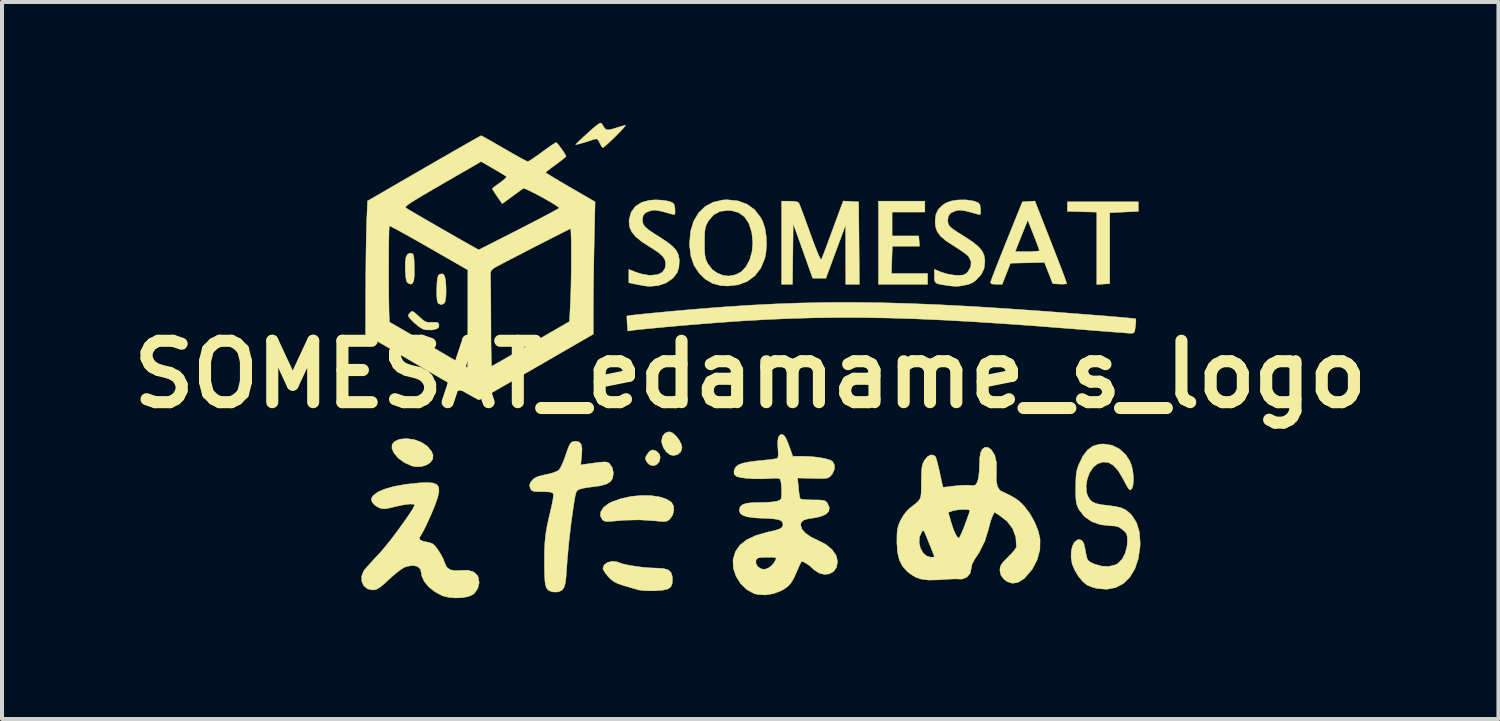
<source format=kicad_pcb>
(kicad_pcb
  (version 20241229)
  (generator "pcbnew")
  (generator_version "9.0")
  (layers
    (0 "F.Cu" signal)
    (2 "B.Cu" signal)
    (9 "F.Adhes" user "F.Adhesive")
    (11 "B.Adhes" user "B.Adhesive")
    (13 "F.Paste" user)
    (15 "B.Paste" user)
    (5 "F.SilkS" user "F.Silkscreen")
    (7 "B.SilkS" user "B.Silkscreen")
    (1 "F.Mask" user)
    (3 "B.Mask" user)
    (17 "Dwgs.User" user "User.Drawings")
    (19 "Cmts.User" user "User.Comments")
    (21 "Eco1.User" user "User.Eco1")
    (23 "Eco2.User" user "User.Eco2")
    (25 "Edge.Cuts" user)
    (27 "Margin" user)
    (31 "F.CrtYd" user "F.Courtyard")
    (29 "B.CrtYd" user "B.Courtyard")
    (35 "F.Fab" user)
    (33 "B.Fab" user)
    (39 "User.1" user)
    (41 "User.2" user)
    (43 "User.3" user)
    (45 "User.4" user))
  (footprint "SOMESAT_edamame_s_logo"
    (layer "F.Cu")
    (at 15.574 6.244)
    (property "Reference" "SOMESAT_edamame_s_logo" (at 0 0 0) (layer "F.SilkS") (effects (font (size 1.524 1.524) (thickness 0.3))))
    (attr through_hole)
    (fp_poly (pts (xy 9.635 -4.047) (xy 8.924 -4.013) (xy 8.924 -2.252) (xy 8.763 -2.242) (xy 8.602 -2.231) (xy 8.602 -4.028) (xy 8.238 -4.037) (xy 7.874 -4.047) (xy 7.874 -4.284) (xy 9.635 -4.284) (xy 9.635 -4.047)) (stroke (width 0.01) (type solid)) (fill yes) (layer "F.SilkS"))
    (fp_poly (pts (xy -2.336 1.9) (xy -2.323 1.908) (xy -2.251 1.986) (xy -2.235 2.064) (xy -2.26 2.172) (xy -2.324 2.242) (xy -2.408 2.269) (xy -2.497 2.245) (xy -2.563 2.18) (xy -2.6 2.11) (xy -2.595 2.052) (xy -2.572 2.006) (xy -2.499 1.908) (xy -2.423 1.873) (xy -2.336 1.9)) (stroke (width 0.01) (type solid)) (fill yes) (layer "F.SilkS"))
    (fp_poly (pts (xy 4.335 -4.03) (xy 3.522 -4.03) (xy 3.522 -3.734) (xy 3.522 -3.437) (xy 4.183 -3.437) (xy 4.204 -3.183) (xy 3.527 -3.183) (xy 3.505 -2.506) (xy 3.954 -2.506) (xy 4.403 -2.506) (xy 4.403 -2.235) (xy 3.183 -2.235) (xy 3.183 -4.301) (xy 4.335 -4.301) (xy 4.335 -4.03)) (stroke (width 0.01) (type solid)) (fill yes) (layer "F.SilkS"))
    (fp_poly (pts (xy -1.932 1.451) (xy -1.847 1.525) (xy -1.768 1.625) (xy -1.712 1.732) (xy -1.693 1.82) (xy -1.723 1.919) (xy -1.798 1.988) (xy -1.9 2.014) (xy -1.985 1.998) (xy -2.079 1.93) (xy -2.155 1.821) (xy -2.197 1.697) (xy -2.201 1.651) (xy -2.176 1.535) (xy -2.109 1.454) (xy -2.012 1.422) (xy -2.01 1.422) (xy -1.932 1.451)) (stroke (width 0.01) (type solid)) (fill yes) (layer "F.SilkS"))
    (fp_poly (pts (xy -7.606 -2.475) (xy -7.58 -2.42) (xy -7.562 -2.317) (xy -7.552 -2.186) (xy -7.55 -2.045) (xy -7.556 -1.915) (xy -7.572 -1.815) (xy -7.593 -1.768) (xy -7.666 -1.729) (xy -7.737 -1.758) (xy -7.753 -1.775) (xy -7.773 -1.838) (xy -7.783 -1.963) (xy -7.782 -2.135) (xy -7.775 -2.292) (xy -7.763 -2.394) (xy -7.743 -2.454) (xy -7.716 -2.484) (xy -7.649 -2.499) (xy -7.606 -2.475)) (stroke (width 0.01) (type solid)) (fill yes) (layer "F.SilkS"))
    (fp_poly (pts (xy -8.346 1.617) (xy -8.167 1.683) (xy -8.019 1.782) (xy -7.914 1.906) (xy -7.874 2.002) (xy -7.88 2.101) (xy -7.94 2.186) (xy -8.04 2.251) (xy -8.166 2.289) (xy -8.306 2.293) (xy -8.399 2.273) (xy -8.586 2.19) (xy -8.741 2.076) (xy -8.85 1.943) (xy -8.895 1.837) (xy -8.89 1.74) (xy -8.826 1.664) (xy -8.713 1.612) (xy -8.556 1.593) (xy -8.541 1.592) (xy -8.346 1.617)) (stroke (width 0.01) (type solid)) (fill yes) (layer "F.SilkS"))
    (fp_poly (pts (xy -8.422 -3.008) (xy -8.388 -2.999) (xy -8.366 -2.974) (xy -8.352 -2.921) (xy -8.344 -2.828) (xy -8.339 -2.681) (xy -8.338 -2.664) (xy -8.338 -2.47) (xy -8.351 -2.338) (xy -8.379 -2.263) (xy -8.425 -2.239) (xy -8.49 -2.262) (xy -8.501 -2.268) (xy -8.529 -2.309) (xy -8.549 -2.396) (xy -8.561 -2.538) (xy -8.563 -2.586) (xy -8.564 -2.776) (xy -8.546 -2.907) (xy -8.509 -2.982) (xy -8.449 -3.009) (xy -8.422 -3.008)) (stroke (width 0.01) (type solid)) (fill yes) (layer "F.SilkS"))
    (fp_poly (pts (xy -8.34 -1.541) (xy -8.269 -1.479) (xy -8.223 -1.437) (xy -8.13 -1.353) (xy -8.062 -1.308) (xy -7.996 -1.291) (xy -7.909 -1.292) (xy -7.899 -1.293) (xy -7.8 -1.295) (xy -7.749 -1.281) (xy -7.728 -1.244) (xy -7.728 -1.241) (xy -7.73 -1.176) (xy -7.775 -1.134) (xy -7.873 -1.107) (xy -7.908 -1.102) (xy -8.072 -1.107) (xy -8.148 -1.135) (xy -8.234 -1.192) (xy -8.334 -1.275) (xy -8.383 -1.322) (xy -8.456 -1.399) (xy -8.487 -1.447) (xy -8.483 -1.482) (xy -8.451 -1.523) (xy -8.416 -1.557) (xy -8.384 -1.566) (xy -8.34 -1.541)) (stroke (width 0.01) (type solid)) (fill yes) (layer "F.SilkS"))
    (fp_poly (pts (xy -2.471 3.008) (xy -2.255 3.039) (xy -2.075 3.098) (xy -1.957 3.173) (xy -1.905 3.261) (xy -1.896 3.377) (xy -1.927 3.495) (xy -1.984 3.579) (xy -2.03 3.621) (xy -2.074 3.645) (xy -2.135 3.653) (xy -2.23 3.649) (xy -2.348 3.637) (xy -2.746 3.611) (xy -3.137 3.62) (xy -3.338 3.638) (xy -3.478 3.65) (xy -3.568 3.652) (xy -3.624 3.64) (xy -3.663 3.614) (xy -3.668 3.609) (xy -3.72 3.517) (xy -3.712 3.415) (xy -3.649 3.312) (xy -3.536 3.218) (xy -3.439 3.166) (xy -3.208 3.084) (xy -2.962 3.03) (xy -2.711 3.005) (xy -2.471 3.008)) (stroke (width 0.01) (type solid)) (fill yes) (layer "F.SilkS"))
    (fp_poly (pts (xy -3.328 4.646) (xy -3.248 4.675) (xy -3.166 4.704) (xy -3.034 4.733) (xy -2.869 4.761) (xy -2.688 4.785) (xy -2.51 4.801) (xy -2.351 4.808) (xy -2.335 4.808) (xy -2.159 4.818) (xy -2.04 4.851) (xy -1.969 4.912) (xy -1.936 5.009) (xy -1.93 5.093) (xy -1.94 5.203) (xy -1.975 5.279) (xy -2.047 5.328) (xy -2.164 5.356) (xy -2.337 5.37) (xy -2.361 5.371) (xy -2.513 5.373) (xy -2.653 5.366) (xy -2.757 5.353) (xy -2.777 5.349) (xy -2.87 5.322) (xy -3 5.284) (xy -3.139 5.244) (xy -3.141 5.243) (xy -3.287 5.195) (xy -3.391 5.142) (xy -3.48 5.069) (xy -3.522 5.025) (xy -3.596 4.935) (xy -3.645 4.855) (xy -3.658 4.815) (xy -3.628 4.732) (xy -3.551 4.672) (xy -3.445 4.642) (xy -3.328 4.646)) (stroke (width 0.01) (type solid)) (fill yes) (layer "F.SilkS"))
    (fp_poly (pts (xy -3.69 -6.23) (xy -3.63 -6.131) (xy -3.58 -6.08) (xy -3.517 -6.07) (xy -3.421 -6.091) (xy -3.365 -6.108) (xy -3.247 -6.144) (xy -3.147 -6.173) (xy -3.099 -6.187) (xy -3.102 -6.171) (xy -3.144 -6.119) (xy -3.215 -6.042) (xy -3.305 -5.95) (xy -3.402 -5.854) (xy -3.498 -5.763) (xy -3.58 -5.688) (xy -3.639 -5.64) (xy -3.658 -5.629) (xy -3.686 -5.65) (xy -3.721 -5.714) (xy -3.725 -5.723) (xy -3.769 -5.812) (xy -3.814 -5.846) (xy -3.879 -5.837) (xy -3.903 -5.828) (xy -3.993 -5.797) (xy -4.1 -5.763) (xy -4.205 -5.733) (xy -4.289 -5.711) (xy -4.332 -5.704) (xy -4.335 -5.705) (xy -4.311 -5.731) (xy -4.247 -5.793) (xy -4.152 -5.882) (xy -4.035 -5.99) (xy -4.027 -5.997) (xy -3.892 -6.118) (xy -3.797 -6.195) (xy -3.736 -6.234) (xy -3.701 -6.239) (xy -3.69 -6.23)) (stroke (width 0.01) (type solid)) (fill yes) (layer "F.SilkS"))
    (fp_poly (pts (xy 2.501 -4.294) (xy 2.692 -4.284) (xy 2.701 -3.26) (xy 2.71 -2.235) (xy 2.371 -2.235) (xy 2.369 -2.972) (xy 2.368 -3.708) (xy 2.123 -3.048) (xy 1.879 -2.388) (xy 1.55 -2.388) (xy 1.309 -3.065) (xy 1.067 -3.742) (xy 1.049 -2.235) (xy 0.779 -2.235) (xy 0.779 -4.301) (xy 0.981 -4.301) (xy 1.103 -4.296) (xy 1.175 -4.279) (xy 1.212 -4.246) (xy 1.214 -4.242) (xy 1.234 -4.193) (xy 1.273 -4.091) (xy 1.328 -3.946) (xy 1.393 -3.768) (xy 1.466 -3.567) (xy 1.492 -3.494) (xy 1.578 -3.258) (xy 1.651 -3.072) (xy 1.707 -2.94) (xy 1.745 -2.866) (xy 1.765 -2.852) (xy 1.785 -2.899) (xy 1.823 -2.997) (xy 1.876 -3.135) (xy 1.937 -3.3) (xy 1.976 -3.405) (xy 2.046 -3.597) (xy 2.115 -3.783) (xy 2.175 -3.946) (xy 2.221 -4.071) (xy 2.235 -4.108) (xy 2.309 -4.304) (xy 2.501 -4.294)) (stroke (width 0.01) (type solid)) (fill yes) (layer "F.SilkS"))
    (fp_poly (pts (xy 7.463 -3.295) (xy 7.559 -3.049) (xy 7.647 -2.822) (xy 7.723 -2.624) (xy 7.785 -2.461) (xy 7.829 -2.341) (xy 7.854 -2.272) (xy 7.858 -2.259) (xy 7.827 -2.245) (xy 7.749 -2.24) (xy 7.683 -2.242) (xy 7.509 -2.252) (xy 7.407 -2.516) (xy 7.304 -2.779) (xy 6.46 -2.76) (xy 6.357 -2.498) (xy 6.255 -2.235) (xy 6.108 -2.235) (xy 6.005 -2.244) (xy 5.963 -2.271) (xy 5.962 -2.278) (xy 5.975 -2.318) (xy 6.01 -2.414) (xy 6.064 -2.556) (xy 6.135 -2.738) (xy 6.219 -2.95) (xy 6.258 -3.048) (xy 6.577 -3.048) (xy 6.878 -3.048) (xy 7.011 -3.051) (xy 7.114 -3.058) (xy 7.172 -3.068) (xy 7.179 -3.073) (xy 7.167 -3.113) (xy 7.134 -3.202) (xy 7.087 -3.328) (xy 7.033 -3.465) (xy 6.889 -3.831) (xy 6.733 -3.44) (xy 6.577 -3.048) (xy 6.258 -3.048) (xy 6.313 -3.186) (xy 6.36 -3.302) (xy 6.756 -4.284) (xy 6.912 -4.294) (xy 7.067 -4.304) (xy 7.463 -3.295)) (stroke (width 0.01) (type solid)) (fill yes) (layer "F.SilkS"))
    (fp_poly (pts (xy -0.307 -4.308) (xy -0.079 -4.225) (xy 0.109 -4.088) (xy 0.259 -3.894) (xy 0.306 -3.808) (xy 0.363 -3.637) (xy 0.397 -3.428) (xy 0.405 -3.204) (xy 0.386 -2.99) (xy 0.36 -2.873) (xy 0.26 -2.636) (xy 0.114 -2.447) (xy -0.074 -2.308) (xy -0.299 -2.223) (xy -0.557 -2.194) (xy -0.735 -2.205) (xy -0.939 -2.259) (xy -1.121 -2.368) (xy -1.268 -2.513) (xy -1.394 -2.703) (xy -1.472 -2.927) (xy -1.505 -3.192) (xy -1.506 -3.268) (xy -1.135 -3.268) (xy -1.133 -3.098) (xy -1.127 -2.978) (xy -1.112 -2.89) (xy -1.087 -2.817) (xy -1.05 -2.743) (xy -0.942 -2.602) (xy -0.814 -2.515) (xy -0.668 -2.456) (xy -0.534 -2.442) (xy -0.379 -2.47) (xy -0.371 -2.472) (xy -0.224 -2.546) (xy -0.104 -2.674) (xy -0.013 -2.845) (xy 0.044 -3.048) (xy 0.063 -3.273) (xy 0.04 -3.509) (xy 0.036 -3.529) (xy -0.034 -3.748) (xy -0.141 -3.91) (xy -0.287 -4.017) (xy -0.47 -4.067) (xy -0.561 -4.071) (xy -0.752 -4.045) (xy -0.904 -3.965) (xy -1.026 -3.827) (xy -1.051 -3.786) (xy -1.089 -3.714) (xy -1.113 -3.643) (xy -1.127 -3.556) (xy -1.133 -3.436) (xy -1.135 -3.268) (xy -1.506 -3.268) (xy -1.48 -3.555) (xy -1.405 -3.803) (xy -1.283 -4.009) (xy -1.119 -4.168) (xy -0.916 -4.276) (xy -0.679 -4.33) (xy -0.573 -4.335) (xy -0.307 -4.308)) (stroke (width 0.01) (type solid)) (fill yes) (layer "F.SilkS"))
    (fp_poly (pts (xy -2.208 -4.326) (xy -2.078 -4.309) (xy -1.998 -4.291) (xy -1.923 -4.258) (xy -1.886 -4.214) (xy -1.871 -4.132) (xy -1.869 -4.102) (xy -1.865 -4.011) (xy -1.876 -3.972) (xy -1.911 -3.969) (xy -1.937 -3.976) (xy -2.117 -4.026) (xy -2.246 -4.058) (xy -2.337 -4.074) (xy -2.404 -4.076) (xy -2.461 -4.067) (xy -2.475 -4.063) (xy -2.593 -4.016) (xy -2.656 -3.95) (xy -2.675 -3.854) (xy -2.675 -3.846) (xy -2.67 -3.776) (xy -2.649 -3.715) (xy -2.602 -3.656) (xy -2.522 -3.588) (xy -2.399 -3.504) (xy -2.253 -3.411) (xy -2.062 -3.285) (xy -1.925 -3.176) (xy -1.835 -3.074) (xy -1.783 -2.97) (xy -1.762 -2.855) (xy -1.761 -2.808) (xy -1.772 -2.649) (xy -1.812 -2.529) (xy -1.893 -2.42) (xy -1.932 -2.379) (xy -2.085 -2.273) (xy -2.276 -2.206) (xy -2.485 -2.185) (xy -2.574 -2.191) (xy -2.656 -2.204) (xy -2.772 -2.225) (xy -2.836 -2.238) (xy -3.014 -2.274) (xy -3.014 -2.607) (xy -2.836 -2.536) (xy -2.691 -2.492) (xy -2.53 -2.464) (xy -2.467 -2.46) (xy -2.297 -2.477) (xy -2.18 -2.537) (xy -2.114 -2.64) (xy -2.1 -2.743) (xy -2.114 -2.835) (xy -2.164 -2.921) (xy -2.257 -3.009) (xy -2.401 -3.109) (xy -2.472 -3.152) (xy -2.686 -3.29) (xy -2.84 -3.415) (xy -2.942 -3.537) (xy -2.996 -3.661) (xy -3.009 -3.796) (xy -3.006 -3.846) (xy -2.955 -4.027) (xy -2.852 -4.169) (xy -2.699 -4.269) (xy -2.501 -4.323) (xy -2.347 -4.333) (xy -2.208 -4.326)) (stroke (width 0.01) (type solid)) (fill yes) (layer "F.SilkS"))
    (fp_poly (pts (xy 3.242 -1.779) (xy 3.943 -1.76) (xy 4.679 -1.73) (xy 5.46 -1.69) (xy 6.292 -1.638) (xy 6.977 -1.59) (xy 7.357 -1.563) (xy 7.727 -1.535) (xy 8.079 -1.508) (xy 8.409 -1.482) (xy 8.709 -1.459) (xy 8.974 -1.437) (xy 9.197 -1.418) (xy 9.374 -1.402) (xy 9.498 -1.389) (xy 9.563 -1.381) (xy 9.571 -1.379) (xy 9.574 -1.342) (xy 9.569 -1.259) (xy 9.562 -1.192) (xy 9.547 -1.089) (xy 9.528 -1.038) (xy 9.49 -1.021) (xy 9.436 -1.021) (xy 9.38 -1.024) (xy 9.264 -1.033) (xy 9.096 -1.046) (xy 8.884 -1.062) (xy 8.636 -1.081) (xy 8.36 -1.103) (xy 8.063 -1.127) (xy 7.953 -1.135) (xy 7.077 -1.203) (xy 6.262 -1.261) (xy 5.499 -1.31) (xy 4.781 -1.349) (xy 4.103 -1.379) (xy 3.455 -1.399) (xy 2.832 -1.41) (xy 2.225 -1.412) (xy 1.628 -1.405) (xy 1.034 -1.389) (xy 0.436 -1.363) (xy -0.174 -1.329) (xy -0.803 -1.285) (xy -1.457 -1.233) (xy -1.829 -1.201) (xy -2.081 -1.178) (xy -2.317 -1.156) (xy -2.528 -1.136) (xy -2.702 -1.119) (xy -2.83 -1.105) (xy -2.901 -1.097) (xy -2.901 -1.097) (xy -3.041 -1.077) (xy -3.055 -1.258) (xy -3.061 -1.361) (xy -3.063 -1.432) (xy -3.061 -1.451) (xy -3.026 -1.458) (xy -2.931 -1.47) (xy -2.786 -1.486) (xy -2.599 -1.505) (xy -2.379 -1.527) (xy -2.134 -1.55) (xy -1.873 -1.574) (xy -1.604 -1.598) (xy -1.336 -1.621) (xy -1.077 -1.642) (xy -0.836 -1.661) (xy -0.677 -1.673) (xy -0.017 -1.717) (xy 0.63 -1.75) (xy 1.271 -1.773) (xy 1.915 -1.786) (xy 2.569 -1.788) (xy 3.242 -1.779)) (stroke (width 0.01) (type solid)) (fill yes) (layer "F.SilkS"))
    (fp_poly (pts (xy 5.517 -4.31) (xy 5.588 -4.291) (xy 5.663 -4.258) (xy 5.7 -4.214) (xy 5.715 -4.132) (xy 5.717 -4.102) (xy 5.721 -4.011) (xy 5.71 -3.972) (xy 5.675 -3.969) (xy 5.649 -3.976) (xy 5.471 -4.025) (xy 5.343 -4.057) (xy 5.252 -4.073) (xy 5.184 -4.076) (xy 5.125 -4.067) (xy 5.102 -4.061) (xy 4.981 -4.008) (xy 4.918 -3.928) (xy 4.903 -3.823) (xy 4.909 -3.762) (xy 4.927 -3.71) (xy 4.967 -3.66) (xy 5.038 -3.602) (xy 5.148 -3.527) (xy 5.308 -3.428) (xy 5.32 -3.421) (xy 5.516 -3.292) (xy 5.657 -3.179) (xy 5.751 -3.072) (xy 5.804 -2.962) (xy 5.824 -2.839) (xy 5.825 -2.801) (xy 5.805 -2.628) (xy 5.737 -2.484) (xy 5.613 -2.348) (xy 5.607 -2.343) (xy 5.537 -2.289) (xy 5.462 -2.25) (xy 5.362 -2.222) (xy 5.221 -2.196) (xy 5.165 -2.188) (xy 5.093 -2.186) (xy 4.985 -2.195) (xy 4.919 -2.203) (xy 4.764 -2.226) (xy 4.664 -2.247) (xy 4.606 -2.275) (xy 4.58 -2.318) (xy 4.572 -2.383) (xy 4.572 -2.439) (xy 4.572 -2.607) (xy 4.75 -2.536) (xy 4.903 -2.49) (xy 5.071 -2.463) (xy 5.125 -2.46) (xy 5.242 -2.461) (xy 5.315 -2.476) (xy 5.369 -2.512) (xy 5.405 -2.55) (xy 5.475 -2.675) (xy 5.482 -2.802) (xy 5.425 -2.92) (xy 5.393 -2.954) (xy 5.321 -3.012) (xy 5.21 -3.089) (xy 5.081 -3.173) (xy 5.037 -3.2) (xy 4.852 -3.322) (xy 4.722 -3.434) (xy 4.641 -3.547) (xy 4.599 -3.671) (xy 4.589 -3.796) (xy 4.608 -3.968) (xy 4.67 -4.101) (xy 4.786 -4.21) (xy 4.863 -4.258) (xy 4.993 -4.306) (xy 5.161 -4.331) (xy 5.345 -4.333) (xy 5.517 -4.31)) (stroke (width 0.01) (type solid)) (fill yes) (layer "F.SilkS"))
    (fp_poly (pts (xy -4.248 1.677) (xy -4.197 1.736) (xy -4.176 1.842) (xy -4.183 2.004) (xy -4.185 2.022) (xy -4.208 2.245) (xy -4.043 2.222) (xy -3.853 2.196) (xy -3.718 2.179) (xy -3.627 2.173) (xy -3.568 2.176) (xy -3.528 2.189) (xy -3.497 2.211) (xy -3.488 2.219) (xy -3.423 2.318) (xy -3.397 2.447) (xy -3.416 2.577) (xy -3.418 2.584) (xy -3.474 2.666) (xy -3.578 2.726) (xy -3.735 2.768) (xy -3.9 2.79) (xy -4.034 2.807) (xy -4.155 2.829) (xy -4.226 2.847) (xy -4.271 2.866) (xy -4.303 2.894) (xy -4.327 2.943) (xy -4.347 3.027) (xy -4.37 3.16) (xy -4.382 3.236) (xy -4.447 3.694) (xy -4.501 4.16) (xy -4.542 4.606) (xy -4.558 4.837) (xy -4.573 5.041) (xy -4.592 5.187) (xy -4.622 5.287) (xy -4.664 5.349) (xy -4.725 5.385) (xy -4.792 5.403) (xy -4.895 5.401) (xy -4.977 5.377) (xy -5.023 5.346) (xy -5.057 5.303) (xy -5.08 5.237) (xy -5.096 5.139) (xy -5.105 4.998) (xy -5.109 4.805) (xy -5.11 4.674) (xy -5.109 4.4) (xy -5.098 4.169) (xy -5.076 3.958) (xy -5.039 3.742) (xy -4.984 3.496) (xy -4.956 3.382) (xy -4.922 3.23) (xy -4.897 3.099) (xy -4.886 3.005) (xy -4.888 2.967) (xy -4.913 2.938) (xy -4.969 2.921) (xy -5.071 2.914) (xy -5.164 2.913) (xy -5.296 2.911) (xy -5.376 2.903) (xy -5.421 2.884) (xy -5.448 2.849) (xy -5.459 2.827) (xy -5.48 2.755) (xy -5.458 2.691) (xy -5.431 2.651) (xy -5.384 2.598) (xy -5.326 2.558) (xy -5.242 2.526) (xy -5.115 2.495) (xy -5.009 2.473) (xy -4.89 2.441) (xy -4.79 2.398) (xy -4.749 2.371) (xy -4.707 2.309) (xy -4.656 2.202) (xy -4.604 2.07) (xy -4.589 2.025) (xy -4.535 1.866) (xy -4.492 1.761) (xy -4.452 1.699) (xy -4.407 1.669) (xy -4.35 1.66) (xy -4.332 1.659) (xy -4.248 1.677)) (stroke (width 0.01) (type solid)) (fill yes) (layer "F.SilkS"))
    (fp_poly (pts (xy -7.875 2.696) (xy -7.782 2.734) (xy -7.733 2.803) (xy -7.727 2.909) (xy -7.76 3.059) (xy -7.83 3.257) (xy -7.907 3.442) (xy -7.98 3.609) (xy -8.051 3.761) (xy -8.112 3.883) (xy -8.156 3.961) (xy -8.162 3.97) (xy -8.209 4.051) (xy -8.202 4.103) (xy -8.135 4.137) (xy -8.068 4.152) (xy -7.969 4.174) (xy -7.893 4.2) (xy -7.886 4.203) (xy -7.826 4.256) (xy -7.753 4.352) (xy -7.679 4.469) (xy -7.618 4.588) (xy -7.586 4.674) (xy -7.535 4.785) (xy -7.448 4.85) (xy -7.319 4.872) (xy -7.203 4.865) (xy -7.013 4.861) (xy -6.873 4.899) (xy -6.78 4.981) (xy -6.753 5.032) (xy -6.729 5.171) (xy -6.763 5.312) (xy -6.847 5.433) (xy -6.886 5.466) (xy -6.992 5.514) (xy -7.141 5.542) (xy -7.312 5.55) (xy -7.482 5.536) (xy -7.629 5.5) (xy -7.648 5.493) (xy -7.828 5.397) (xy -7.979 5.277) (xy -8.091 5.143) (xy -8.153 5.007) (xy -8.162 4.938) (xy -8.189 4.832) (xy -8.263 4.765) (xy -8.377 4.743) (xy -8.521 4.766) (xy -8.584 4.79) (xy -8.657 4.833) (xy -8.762 4.911) (xy -8.883 5.012) (xy -8.974 5.094) (xy -9.099 5.209) (xy -9.189 5.283) (xy -9.257 5.326) (xy -9.316 5.346) (xy -9.38 5.351) (xy -9.38 5.351) (xy -9.504 5.323) (xy -9.594 5.247) (xy -9.643 5.14) (xy -9.647 5.015) (xy -9.6 4.888) (xy -9.578 4.856) (xy -9.525 4.793) (xy -9.438 4.695) (xy -9.329 4.576) (xy -9.213 4.453) (xy -9.125 4.354) (xy -9.018 4.224) (xy -8.898 4.072) (xy -8.774 3.908) (xy -8.653 3.742) (xy -8.541 3.585) (xy -8.447 3.446) (xy -8.376 3.335) (xy -8.337 3.261) (xy -8.331 3.241) (xy -8.362 3.221) (xy -8.447 3.219) (xy -8.574 3.233) (xy -8.734 3.264) (xy -8.83 3.287) (xy -8.969 3.32) (xy -9.063 3.336) (xy -9.131 3.335) (xy -9.193 3.318) (xy -9.226 3.305) (xy -9.316 3.25) (xy -9.381 3.179) (xy -9.386 3.168) (xy -9.407 3.095) (xy -9.381 3.034) (xy -9.361 3.009) (xy -9.247 2.922) (xy -9.071 2.845) (xy -8.839 2.78) (xy -8.558 2.729) (xy -8.232 2.694) (xy -8.204 2.692) (xy -8.015 2.684) (xy -7.875 2.696)) (stroke (width 0.01) (type solid)) (fill yes) (layer "F.SilkS"))
    (fp_poly (pts (xy 8.982 1.759) (xy 9.17 1.853) (xy 9.328 2.003) (xy 9.423 2.151) (xy 9.467 2.262) (xy 9.496 2.393) (xy 9.511 2.529) (xy 9.512 2.658) (xy 9.5 2.766) (xy 9.474 2.84) (xy 9.435 2.867) (xy 9.41 2.859) (xy 9.381 2.821) (xy 9.332 2.739) (xy 9.273 2.628) (xy 9.259 2.601) (xy 9.141 2.399) (xy 9.02 2.262) (xy 8.894 2.188) (xy 8.759 2.176) (xy 8.624 2.218) (xy 8.515 2.304) (xy 8.427 2.437) (xy 8.366 2.598) (xy 8.338 2.768) (xy 8.349 2.929) (xy 8.378 3.018) (xy 8.428 3.104) (xy 8.493 3.164) (xy 8.585 3.205) (xy 8.72 3.234) (xy 8.878 3.253) (xy 9.071 3.279) (xy 9.214 3.314) (xy 9.324 3.366) (xy 9.419 3.443) (xy 9.477 3.504) (xy 9.591 3.685) (xy 9.66 3.912) (xy 9.68 4.18) (xy 9.676 4.284) (xy 9.631 4.582) (xy 9.545 4.835) (xy 9.42 5.04) (xy 9.261 5.194) (xy 9.07 5.293) (xy 8.851 5.334) (xy 8.607 5.315) (xy 8.486 5.281) (xy 8.373 5.234) (xy 8.353 5.224) (xy 8.252 5.14) (xy 8.148 5.012) (xy 8.057 4.863) (xy 7.995 4.716) (xy 7.989 4.696) (xy 7.964 4.537) (xy 7.969 4.384) (xy 8.002 4.251) (xy 8.058 4.153) (xy 8.133 4.102) (xy 8.163 4.098) (xy 8.232 4.12) (xy 8.28 4.193) (xy 8.311 4.318) (xy 8.336 4.464) (xy 8.359 4.559) (xy 8.389 4.618) (xy 8.435 4.657) (xy 8.507 4.692) (xy 8.543 4.708) (xy 8.725 4.76) (xy 8.907 4.766) (xy 9.068 4.725) (xy 9.125 4.695) (xy 9.231 4.589) (xy 9.31 4.436) (xy 9.355 4.254) (xy 9.362 4.153) (xy 9.36 4.038) (xy 9.345 3.966) (xy 9.306 3.91) (xy 9.247 3.857) (xy 9.155 3.793) (xy 9.06 3.765) (xy 8.957 3.759) (xy 8.698 3.732) (xy 8.475 3.654) (xy 8.294 3.527) (xy 8.159 3.353) (xy 8.152 3.34) (xy 8.119 3.269) (xy 8.097 3.195) (xy 8.085 3.102) (xy 8.079 2.971) (xy 8.079 2.811) (xy 8.082 2.626) (xy 8.091 2.49) (xy 8.108 2.383) (xy 8.137 2.288) (xy 8.158 2.235) (xy 8.261 2.024) (xy 8.375 1.875) (xy 8.507 1.78) (xy 8.664 1.734) (xy 8.771 1.727) (xy 8.982 1.759)) (stroke (width 0.01) (type solid)) (fill yes) (layer "F.SilkS"))
    (fp_poly (pts (xy 5.901 1.811) (xy 5.979 1.866) (xy 5.984 1.871) (xy 6.069 2.003) (xy 6.112 2.186) (xy 6.113 2.416) (xy 6.113 2.421) (xy 6.108 2.63) (xy 6.136 2.781) (xy 6.195 2.875) (xy 6.233 2.899) (xy 6.414 2.985) (xy 6.548 3.058) (xy 6.651 3.127) (xy 6.737 3.202) (xy 6.797 3.265) (xy 6.941 3.454) (xy 7.062 3.671) (xy 7.151 3.893) (xy 7.195 4.09) (xy 7.191 4.35) (xy 7.123 4.604) (xy 6.998 4.841) (xy 6.819 5.049) (xy 6.791 5.075) (xy 6.651 5.162) (xy 6.511 5.186) (xy 6.377 5.145) (xy 6.297 5.083) (xy 6.223 4.985) (xy 6.198 4.876) (xy 6.198 4.857) (xy 6.204 4.787) (xy 6.229 4.725) (xy 6.283 4.654) (xy 6.377 4.559) (xy 6.401 4.535) (xy 6.495 4.438) (xy 6.568 4.351) (xy 6.605 4.289) (xy 6.608 4.278) (xy 6.592 4.04) (xy 6.516 3.831) (xy 6.378 3.648) (xy 6.177 3.492) (xy 6.165 3.484) (xy 6.063 3.422) (xy 6.012 3.522) (xy 5.979 3.605) (xy 5.942 3.729) (xy 5.909 3.866) (xy 5.908 3.867) (xy 5.822 4.143) (xy 5.684 4.42) (xy 5.567 4.595) (xy 5.506 4.713) (xy 5.486 4.818) (xy 5.457 4.942) (xy 5.378 5.034) (xy 5.264 5.08) (xy 5.208 5.083) (xy 5.154 5.079) (xy 5.109 5.077) (xy 5.056 5.078) (xy 4.983 5.081) (xy 4.874 5.087) (xy 4.716 5.097) (xy 4.664 5.101) (xy 4.433 5.106) (xy 4.249 5.084) (xy 4.096 5.031) (xy 3.957 4.942) (xy 3.891 4.887) (xy 3.78 4.761) (xy 3.703 4.612) (xy 3.659 4.427) (xy 3.641 4.194) (xy 3.641 4.175) (xy 4.194 4.175) (xy 4.224 4.309) (xy 4.286 4.425) (xy 4.374 4.506) (xy 4.483 4.538) (xy 4.486 4.538) (xy 4.55 4.534) (xy 4.572 4.527) (xy 4.56 4.492) (xy 4.527 4.408) (xy 4.48 4.288) (xy 4.422 4.146) (xy 4.36 3.995) (xy 4.348 3.965) (xy 4.314 3.891) (xy 4.29 3.874) (xy 4.262 3.904) (xy 4.255 3.914) (xy 4.202 4.038) (xy 4.194 4.175) (xy 3.641 4.175) (xy 3.641 4.132) (xy 3.643 3.971) (xy 3.653 3.854) (xy 3.675 3.76) (xy 3.712 3.666) (xy 3.737 3.614) (xy 3.809 3.492) (xy 3.861 3.425) (xy 4.917 3.425) (xy 4.986 3.667) (xy 5.04 3.837) (xy 5.095 3.965) (xy 5.145 4.043) (xy 5.18 4.064) (xy 5.201 4.034) (xy 5.239 3.954) (xy 5.289 3.837) (xy 5.329 3.734) (xy 5.38 3.595) (xy 5.421 3.479) (xy 5.447 3.402) (xy 5.453 3.378) (xy 5.423 3.361) (xy 5.346 3.354) (xy 5.243 3.355) (xy 5.135 3.365) (xy 5.042 3.382) (xy 5.021 3.389) (xy 4.917 3.425) (xy 3.861 3.425) (xy 3.895 3.382) (xy 3.953 3.327) (xy 4.071 3.236) (xy 4.152 3.169) (xy 4.203 3.11) (xy 4.231 3.043) (xy 4.243 2.952) (xy 4.246 2.822) (xy 4.247 2.673) (xy 4.25 2.492) (xy 4.256 2.364) (xy 4.268 2.273) (xy 4.288 2.205) (xy 4.318 2.145) (xy 4.33 2.125) (xy 4.408 2.035) (xy 4.492 1.996) (xy 4.569 2.014) (xy 4.597 2.04) (xy 4.617 2.09) (xy 4.646 2.19) (xy 4.679 2.324) (xy 4.704 2.437) (xy 4.735 2.582) (xy 4.761 2.7) (xy 4.779 2.777) (xy 4.786 2.799) (xy 4.821 2.799) (xy 4.906 2.79) (xy 5.024 2.775) (xy 5.047 2.772) (xy 5.196 2.757) (xy 5.34 2.75) (xy 5.447 2.753) (xy 5.541 2.76) (xy 5.592 2.744) (xy 5.626 2.693) (xy 5.642 2.656) (xy 5.667 2.56) (xy 5.684 2.421) (xy 5.69 2.272) (xy 5.696 2.081) (xy 5.717 1.948) (xy 5.755 1.863) (xy 5.812 1.817) (xy 5.827 1.811) (xy 5.901 1.811)) (stroke (width 0.01) (type solid)) (fill yes) (layer "F.SilkS"))
    (fp_poly (pts (xy 0.821 1.501) (xy 0.859 1.539) (xy 0.9 1.614) (xy 0.951 1.737) (xy 0.999 1.871) (xy 1.055 2.032) (xy 1.298 2.032) (xy 1.496 2.039) (xy 1.684 2.058) (xy 1.848 2.087) (xy 1.973 2.122) (xy 2.04 2.158) (xy 2.091 2.246) (xy 2.09 2.356) (xy 2.039 2.469) (xy 2.018 2.496) (xy 1.98 2.537) (xy 1.943 2.564) (xy 1.892 2.579) (xy 1.813 2.585) (xy 1.691 2.585) (xy 1.556 2.582) (xy 1.175 2.572) (xy 1.198 2.814) (xy 1.211 2.938) (xy 1.226 3.035) (xy 1.238 3.085) (xy 1.239 3.086) (xy 1.279 3.099) (xy 1.37 3.109) (xy 1.496 3.115) (xy 1.558 3.116) (xy 1.704 3.117) (xy 1.798 3.124) (xy 1.856 3.14) (xy 1.893 3.167) (xy 1.912 3.191) (xy 1.964 3.304) (xy 1.951 3.399) (xy 1.875 3.475) (xy 1.736 3.532) (xy 1.592 3.561) (xy 1.435 3.586) (xy 1.334 3.616) (xy 1.278 3.655) (xy 1.255 3.71) (xy 1.253 3.746) (xy 1.285 3.845) (xy 1.377 3.947) (xy 1.521 4.044) (xy 1.667 4.113) (xy 1.873 4.219) (xy 2.028 4.346) (xy 2.129 4.487) (xy 2.167 4.637) (xy 2.167 4.65) (xy 2.141 4.791) (xy 2.069 4.893) (xy 1.965 4.952) (xy 1.84 4.966) (xy 1.707 4.932) (xy 1.578 4.846) (xy 1.541 4.809) (xy 1.477 4.752) (xy 1.394 4.694) (xy 1.316 4.652) (xy 1.277 4.64) (xy 1.258 4.669) (xy 1.222 4.745) (xy 1.174 4.852) (xy 1.168 4.868) (xy 1.093 5.038) (xy 1.025 5.158) (xy 0.953 5.245) (xy 0.864 5.314) (xy 0.779 5.365) (xy 0.583 5.442) (xy 0.374 5.476) (xy 0.175 5.463) (xy 0.088 5.439) (xy -0.09 5.339) (xy -0.24 5.192) (xy -0.353 5.012) (xy -0.418 4.814) (xy -0.425 4.68) (xy 0.14 4.68) (xy 0.175 4.756) (xy 0.211 4.79) (xy 0.292 4.834) (xy 0.369 4.836) (xy 0.458 4.802) (xy 0.528 4.75) (xy 0.594 4.67) (xy 0.637 4.588) (xy 0.643 4.557) (xy 0.613 4.546) (xy 0.536 4.54) (xy 0.434 4.539) (xy 0.327 4.542) (xy 0.237 4.549) (xy 0.189 4.559) (xy 0.144 4.606) (xy 0.14 4.68) (xy -0.425 4.68) (xy -0.428 4.615) (xy -0.425 4.59) (xy -0.368 4.399) (xy -0.256 4.238) (xy -0.088 4.105) (xy 0.139 3.998) (xy 0.428 3.916) (xy 0.457 3.909) (xy 0.619 3.872) (xy 0.724 3.838) (xy 0.784 3.801) (xy 0.81 3.757) (xy 0.813 3.725) (xy 0.801 3.669) (xy 0.761 3.629) (xy 0.683 3.602) (xy 0.558 3.584) (xy 0.376 3.574) (xy 0.326 3.573) (xy 0.098 3.56) (xy -0.07 3.536) (xy -0.183 3.5) (xy -0.248 3.448) (xy -0.271 3.379) (xy -0.271 3.37) (xy -0.253 3.29) (xy -0.195 3.234) (xy -0.09 3.199) (xy 0.07 3.182) (xy 0.228 3.179) (xy 0.384 3.177) (xy 0.527 3.168) (xy 0.635 3.154) (xy 0.669 3.146) (xy 0.731 3.122) (xy 0.764 3.089) (xy 0.777 3.028) (xy 0.778 2.919) (xy 0.778 2.918) (xy 0.774 2.796) (xy 0.765 2.691) (xy 0.757 2.646) (xy 0.743 2.607) (xy 0.718 2.585) (xy 0.666 2.577) (xy 0.574 2.579) (xy 0.461 2.587) (xy 0.282 2.593) (xy 0.083 2.591) (xy -0.081 2.582) (xy -0.244 2.56) (xy -0.348 2.528) (xy -0.398 2.479) (xy -0.404 2.408) (xy -0.388 2.35) (xy -0.351 2.289) (xy -0.283 2.24) (xy -0.176 2.202) (xy -0.021 2.171) (xy 0.19 2.144) (xy 0.272 2.136) (xy 0.426 2.121) (xy 0.555 2.105) (xy 0.645 2.091) (xy 0.679 2.082) (xy 0.692 2.04) (xy 0.695 1.952) (xy 0.689 1.864) (xy 0.68 1.683) (xy 0.697 1.562) (xy 0.741 1.5) (xy 0.78 1.49) (xy 0.821 1.501)) (stroke (width 0.01) (type solid)) (fill yes) (layer "F.SilkS"))
    (fp_poly (pts (xy -6.646 -5.91) (xy -6.563 -5.865) (xy -6.441 -5.796) (xy -6.289 -5.709) (xy -6.116 -5.608) (xy -6.11 -5.605) (xy -5.935 -5.504) (xy -5.779 -5.416) (xy -5.652 -5.346) (xy -5.563 -5.3) (xy -5.523 -5.283) (xy -5.523 -5.283) (xy -5.483 -5.302) (xy -5.401 -5.354) (xy -5.289 -5.431) (xy -5.167 -5.52) (xy -5.039 -5.613) (xy -4.931 -5.689) (xy -4.854 -5.74) (xy -4.82 -5.757) (xy -4.789 -5.732) (xy -4.736 -5.668) (xy -4.675 -5.585) (xy -4.618 -5.501) (xy -4.58 -5.436) (xy -4.572 -5.413) (xy -4.598 -5.385) (xy -4.667 -5.328) (xy -4.767 -5.253) (xy -4.825 -5.21) (xy -4.936 -5.129) (xy -5.022 -5.063) (xy -5.072 -5.021) (xy -5.079 -5.012) (xy -5.051 -4.991) (xy -4.972 -4.941) (xy -4.853 -4.868) (xy -4.7 -4.777) (xy -4.523 -4.674) (xy -4.465 -4.64) (xy -3.851 -4.284) (xy -3.873 -3.302) (xy -3.879 -3.006) (xy -3.884 -2.693) (xy -3.889 -2.379) (xy -3.892 -2.084) (xy -3.894 -1.824) (xy -3.895 -1.659) (xy -3.896 -0.999) (xy -5.303 -0.186) (xy -5.585 -0.024) (xy -5.849 0.129) (xy -6.089 0.267) (xy -6.3 0.388) (xy -6.475 0.489) (xy -6.61 0.566) (xy -6.698 0.615) (xy -6.733 0.634) (xy -6.733 0.634) (xy -6.766 0.619) (xy -6.852 0.573) (xy -6.984 0.499) (xy -7.157 0.401) (xy -7.366 0.281) (xy -7.604 0.143) (xy -7.866 -0.009) (xy -8.146 -0.172) (xy -8.153 -0.177) (xy -9.55 -0.995) (xy -9.546 -2.149) (xy -9.544 -2.45) (xy -9.543 -2.534) (xy -8.976 -2.534) (xy -8.975 -2.288) (xy -8.973 -2.05) (xy -8.971 -1.829) (xy -8.968 -1.634) (xy -8.964 -1.475) (xy -8.959 -1.361) (xy -8.954 -1.302) (xy -8.952 -1.296) (xy -8.917 -1.277) (xy -8.831 -1.227) (xy -8.7 -1.152) (xy -8.533 -1.055) (xy -8.336 -0.94) (xy -8.116 -0.811) (xy -7.976 -0.728) (xy -7.747 -0.594) (xy -7.537 -0.471) (xy -7.354 -0.364) (xy -7.204 -0.276) (xy -7.094 -0.212) (xy -7.031 -0.176) (xy -7.019 -0.17) (xy -7.017 -0.202) (xy -7.015 -0.295) (xy -7.014 -0.44) (xy -7.012 -0.63) (xy -7.011 -0.858) (xy -7.011 -1.116) (xy -7.01 -1.381) (xy -7.01 -2.51) (xy -6.45 -2.51) (xy -6.449 -2.501) (xy -6.447 -2.449) (xy -6.445 -2.338) (xy -6.443 -2.176) (xy -6.441 -1.972) (xy -6.439 -1.736) (xy -6.438 -1.475) (xy -6.437 -1.312) (xy -6.436 -1.046) (xy -6.435 -0.803) (xy -6.432 -0.59) (xy -6.429 -0.416) (xy -6.426 -0.289) (xy -6.422 -0.217) (xy -6.42 -0.203) (xy -6.388 -0.22) (xy -6.305 -0.266) (xy -6.177 -0.338) (xy -6.012 -0.433) (xy -5.816 -0.545) (xy -5.596 -0.672) (xy -5.446 -0.758) (xy -4.487 -1.313) (xy -4.467 -1.715) (xy -4.459 -1.896) (xy -4.452 -2.103) (xy -4.447 -2.329) (xy -4.444 -2.563) (xy -4.442 -2.795) (xy -4.442 -3.016) (xy -4.443 -3.216) (xy -4.445 -3.386) (xy -4.45 -3.516) (xy -4.455 -3.596) (xy -4.462 -3.618) (xy -4.517 -3.591) (xy -4.622 -3.539) (xy -4.767 -3.465) (xy -4.943 -3.376) (xy -5.14 -3.275) (xy -5.35 -3.168) (xy -5.561 -3.059) (xy -5.766 -2.953) (xy -5.955 -2.856) (xy -6.117 -2.771) (xy -6.245 -2.704) (xy -6.327 -2.66) (xy -6.353 -2.646) (xy -6.429 -2.581) (xy -6.45 -2.51) (xy -7.01 -2.51) (xy -7.01 -2.593) (xy -7.976 -3.147) (xy -8.208 -3.28) (xy -8.421 -3.4) (xy -8.608 -3.504) (xy -8.762 -3.589) (xy -8.875 -3.649) (xy -8.942 -3.682) (xy -8.957 -3.687) (xy -8.962 -3.649) (xy -8.967 -3.553) (xy -8.97 -3.409) (xy -8.973 -3.225) (xy -8.975 -3.012) (xy -8.976 -2.779) (xy -8.976 -2.534) (xy -9.543 -2.534) (xy -9.541 -2.754) (xy -9.538 -3.048) (xy -9.533 -3.319) (xy -9.528 -3.554) (xy -9.523 -3.741) (xy -9.521 -3.804) (xy -9.506 -4.155) (xy -8.555 -4.155) (xy -8.553 -4.138) (xy -8.546 -4.131) (xy -8.459 -4.079) (xy -8.332 -4.004) (xy -8.174 -3.911) (xy -7.992 -3.806) (xy -7.796 -3.693) (xy -7.595 -3.577) (xy -7.396 -3.463) (xy -7.209 -3.356) (xy -7.041 -3.261) (xy -6.903 -3.183) (xy -6.802 -3.126) (xy -6.746 -3.097) (xy -6.739 -3.094) (xy -6.706 -3.11) (xy -6.619 -3.153) (xy -6.487 -3.22) (xy -6.316 -3.307) (xy -6.114 -3.41) (xy -5.887 -3.525) (xy -5.731 -3.605) (xy -5.494 -3.727) (xy -5.276 -3.84) (xy -5.087 -3.939) (xy -4.932 -4.022) (xy -4.818 -4.084) (xy -4.754 -4.121) (xy -4.741 -4.131) (xy -4.77 -4.159) (xy -4.845 -4.21) (xy -4.956 -4.278) (xy -5.089 -4.354) (xy -5.231 -4.432) (xy -5.368 -4.504) (xy -5.489 -4.564) (xy -5.58 -4.605) (xy -5.628 -4.618) (xy -5.631 -4.618) (xy -5.676 -4.587) (xy -5.76 -4.527) (xy -5.868 -4.448) (xy -5.915 -4.414) (xy -6.157 -4.236) (xy -6.279 -4.413) (xy -6.342 -4.507) (xy -6.386 -4.579) (xy -6.401 -4.609) (xy -6.375 -4.637) (xy -6.308 -4.69) (xy -6.213 -4.758) (xy -6.123 -4.826) (xy -6.065 -4.88) (xy -6.052 -4.911) (xy -6.052 -4.911) (xy -6.091 -4.937) (xy -6.175 -4.989) (xy -6.29 -5.057) (xy -6.379 -5.109) (xy -6.68 -5.284) (xy -7.644 -4.727) (xy -7.909 -4.573) (xy -8.121 -4.449) (xy -8.284 -4.351) (xy -8.404 -4.277) (xy -8.486 -4.221) (xy -8.534 -4.182) (xy -8.555 -4.155) (xy -9.506 -4.155) (xy -9.5 -4.306) (xy -8.099 -5.117) (xy -7.818 -5.279) (xy -7.555 -5.43) (xy -7.316 -5.568) (xy -7.106 -5.687) (xy -6.932 -5.787) (xy -6.799 -5.862) (xy -6.713 -5.909) (xy -6.68 -5.927) (xy -6.68 -5.927) (xy -6.646 -5.91)) (stroke (width 0.01) (type solid)) (fill yes) (layer "F.SilkS")))
  (gr_rect
    (start -3 -3)
    (end 34.148 14.799)
    (stroke (width 0.1) (type default))
    (fill no)
    (layer "Edge.Cuts")))
</source>
